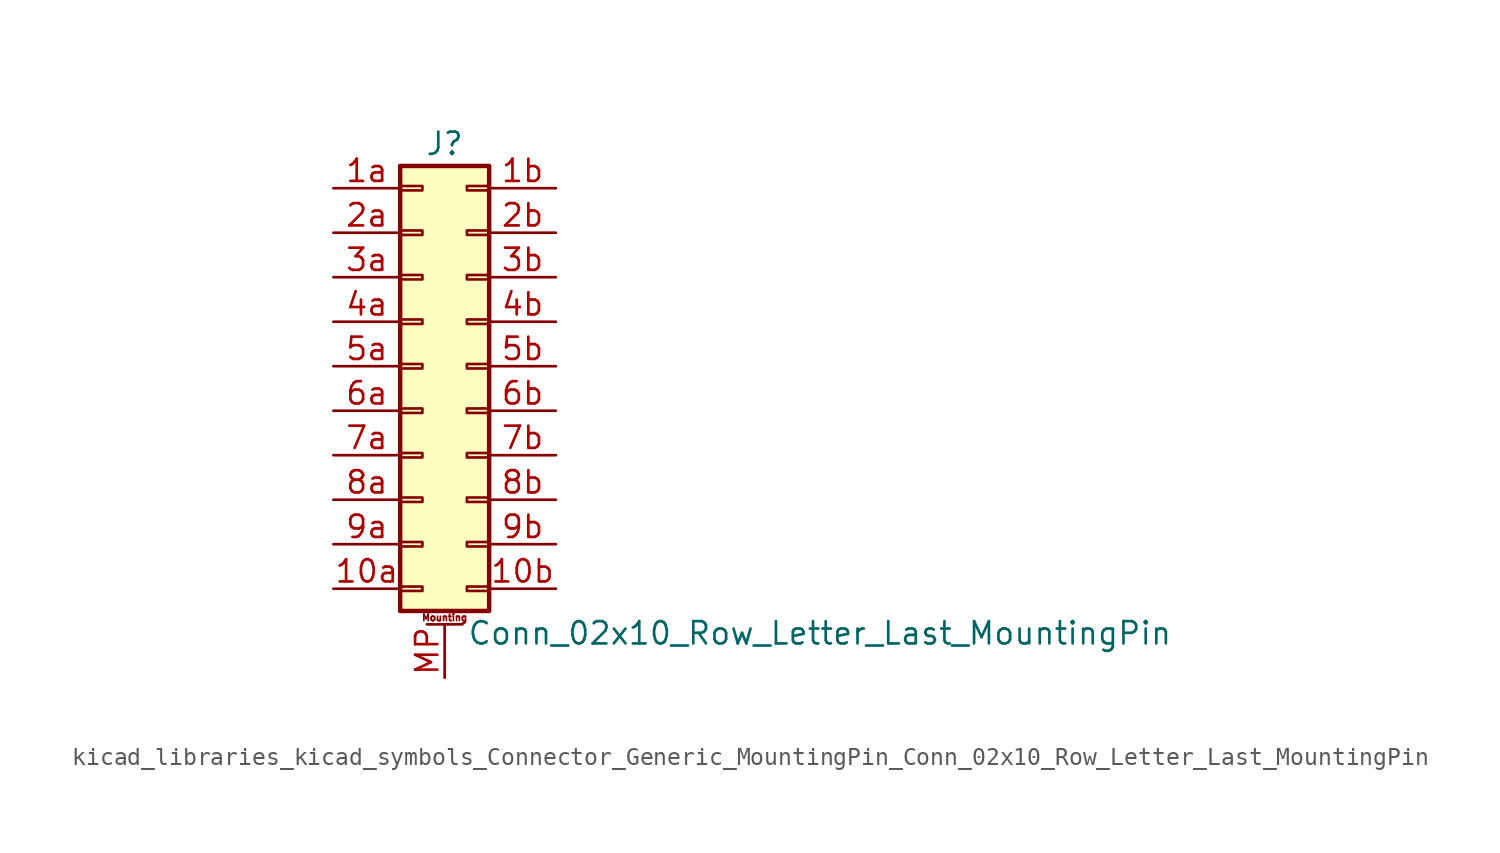
<source format=kicad_sym>
(kicad_symbol_lib
  (version 20220914)
  (generator kicad_symbol_editor)
  (symbol "kicad_libraries_kicad_symbols_Connector_Generic_MountingPin_Conn_02x10_Row_Letter_Last_MountingPin"
    (pin_names
      (offset 1.016) hide)
    (property "Reference" "J"
      (at 1.27 12.7 0)
      (effects (font (size 1.27 1.27))))
    (property "Value" "Conn_02x10_Row_Letter_Last_MountingPin"
      (at 2.54 -15.24 0)
      (effects (font (size 1.27 1.27)) (justify left)))
    (symbol "kicad_libraries_kicad_symbols_Connector_Generic_MountingPin_Conn_02x10_Row_Letter_Last_MountingPin_1_1"
      (rectangle (start -1.27 -12.573) (end 0 -12.827) (stroke (width 0.152) (type default)) (fill (type none)))
      (rectangle (start -1.27 -10.033) (end 0 -10.287) (stroke (width 0.152) (type default)) (fill (type none)))
      (rectangle (start -1.27 -7.493) (end 0 -7.747) (stroke (width 0.152) (type default)) (fill (type none)))
      (rectangle (start -1.27 -4.953) (end 0 -5.207) (stroke (width 0.152) (type default)) (fill (type none)))
      (rectangle (start -1.27 -2.413) (end 0 -2.667) (stroke (width 0.152) (type default)) (fill (type none)))
      (rectangle (start -1.27 0.127) (end 0 -0.127) (stroke (width 0.152) (type default)) (fill (type none)))
      (rectangle (start -1.27 2.667) (end 0 2.413) (stroke (width 0.152) (type default)) (fill (type none)))
      (rectangle (start -1.27 5.207) (end 0 4.953) (stroke (width 0.152) (type default)) (fill (type none)))
      (rectangle (start -1.27 7.747) (end 0 7.493) (stroke (width 0.152) (type default)) (fill (type none)))
      (rectangle (start -1.27 10.287) (end 0 10.033) (stroke (width 0.152) (type default)) (fill (type none)))
      (rectangle (start -1.27 11.43) (end 3.81 -13.97) (stroke (width 0.254) (type default)) (fill (type background)))
      (polyline (pts (xy 0.254 -14.732) (xy 2.286 -14.732)) (stroke (width 0.152) (type default)) (fill (type none)))
      (rectangle (start 3.81 -12.573) (end 2.54 -12.827) (stroke (width 0.152) (type default)) (fill (type none)))
      (rectangle (start 3.81 -10.033) (end 2.54 -10.287) (stroke (width 0.152) (type default)) (fill (type none)))
      (rectangle (start 3.81 -7.493) (end 2.54 -7.747) (stroke (width 0.152) (type default)) (fill (type none)))
      (rectangle (start 3.81 -4.953) (end 2.54 -5.207) (stroke (width 0.152) (type default)) (fill (type none)))
      (rectangle (start 3.81 -2.413) (end 2.54 -2.667) (stroke (width 0.152) (type default)) (fill (type none)))
      (rectangle (start 3.81 0.127) (end 2.54 -0.127) (stroke (width 0.152) (type default)) (fill (type none)))
      (rectangle (start 3.81 2.667) (end 2.54 2.413) (stroke (width 0.152) (type default)) (fill (type none)))
      (rectangle (start 3.81 5.207) (end 2.54 4.953) (stroke (width 0.152) (type default)) (fill (type none)))
      (rectangle (start 3.81 7.747) (end 2.54 7.493) (stroke (width 0.152) (type default)) (fill (type none)))
      (rectangle (start 3.81 10.287) (end 2.54 10.033) (stroke (width 0.152) (type default)) (fill (type none)))
      (text "Mounting" (at 1.27 -14.351 0) (effects (font (size 0.381 0.381))))
      (pin passive line (at -5.08 -12.7 0) (length 3.81) (name "Pin_10a" (effects (font (size 1.27 1.27)))) (number "10a" (effects (font (size 1.27 1.27)))))
      (pin passive line (at 7.62 -12.7 180) (length 3.81) (name "Pin_10b" (effects (font (size 1.27 1.27)))) (number "10b" (effects (font (size 1.27 1.27)))))
      (pin passive line (at -5.08 10.16 0) (length 3.81) (name "Pin_1a" (effects (font (size 1.27 1.27)))) (number "1a" (effects (font (size 1.27 1.27)))))
      (pin passive line (at 7.62 10.16 180) (length 3.81) (name "Pin_1b" (effects (font (size 1.27 1.27)))) (number "1b" (effects (font (size 1.27 1.27)))))
      (pin passive line (at -5.08 7.62 0) (length 3.81) (name "Pin_2a" (effects (font (size 1.27 1.27)))) (number "2a" (effects (font (size 1.27 1.27)))))
      (pin passive line (at 7.62 7.62 180) (length 3.81) (name "Pin_2b" (effects (font (size 1.27 1.27)))) (number "2b" (effects (font (size 1.27 1.27)))))
      (pin passive line (at -5.08 5.08 0) (length 3.81) (name "Pin_3a" (effects (font (size 1.27 1.27)))) (number "3a" (effects (font (size 1.27 1.27)))))
      (pin passive line (at 7.62 5.08 180) (length 3.81) (name "Pin_3b" (effects (font (size 1.27 1.27)))) (number "3b" (effects (font (size 1.27 1.27)))))
      (pin passive line (at -5.08 2.54 0) (length 3.81) (name "Pin_4a" (effects (font (size 1.27 1.27)))) (number "4a" (effects (font (size 1.27 1.27)))))
      (pin passive line (at 7.62 2.54 180) (length 3.81) (name "Pin_4b" (effects (font (size 1.27 1.27)))) (number "4b" (effects (font (size 1.27 1.27)))))
      (pin passive line (at -5.08 0 0) (length 3.81) (name "Pin_5a" (effects (font (size 1.27 1.27)))) (number "5a" (effects (font (size 1.27 1.27)))))
      (pin passive line (at 7.62 0 180) (length 3.81) (name "Pin_5b" (effects (font (size 1.27 1.27)))) (number "5b" (effects (font (size 1.27 1.27)))))
      (pin passive line (at -5.08 -2.54 0) (length 3.81) (name "Pin_6a" (effects (font (size 1.27 1.27)))) (number "6a" (effects (font (size 1.27 1.27)))))
      (pin passive line (at 7.62 -2.54 180) (length 3.81) (name "Pin_6b" (effects (font (size 1.27 1.27)))) (number "6b" (effects (font (size 1.27 1.27)))))
      (pin passive line (at -5.08 -5.08 0) (length 3.81) (name "Pin_7a" (effects (font (size 1.27 1.27)))) (number "7a" (effects (font (size 1.27 1.27)))))
      (pin passive line (at 7.62 -5.08 180) (length 3.81) (name "Pin_7b" (effects (font (size 1.27 1.27)))) (number "7b" (effects (font (size 1.27 1.27)))))
      (pin passive line (at -5.08 -7.62 0) (length 3.81) (name "Pin_8a" (effects (font (size 1.27 1.27)))) (number "8a" (effects (font (size 1.27 1.27)))))
      (pin passive line (at 7.62 -7.62 180) (length 3.81) (name "Pin_8b" (effects (font (size 1.27 1.27)))) (number "8b" (effects (font (size 1.27 1.27)))))
      (pin passive line (at -5.08 -10.16 0) (length 3.81) (name "Pin_9a" (effects (font (size 1.27 1.27)))) (number "9a" (effects (font (size 1.27 1.27)))))
      (pin passive line (at 7.62 -10.16 180) (length 3.81) (name "Pin_9b" (effects (font (size 1.27 1.27)))) (number "9b" (effects (font (size 1.27 1.27)))))
      (pin passive line (at 1.27 -17.78 90) (length 3.048) (name "MountPin" (effects (font (size 1.27 1.27)))) (number "MP" (effects (font (size 1.27 1.27))))))))
</source>
